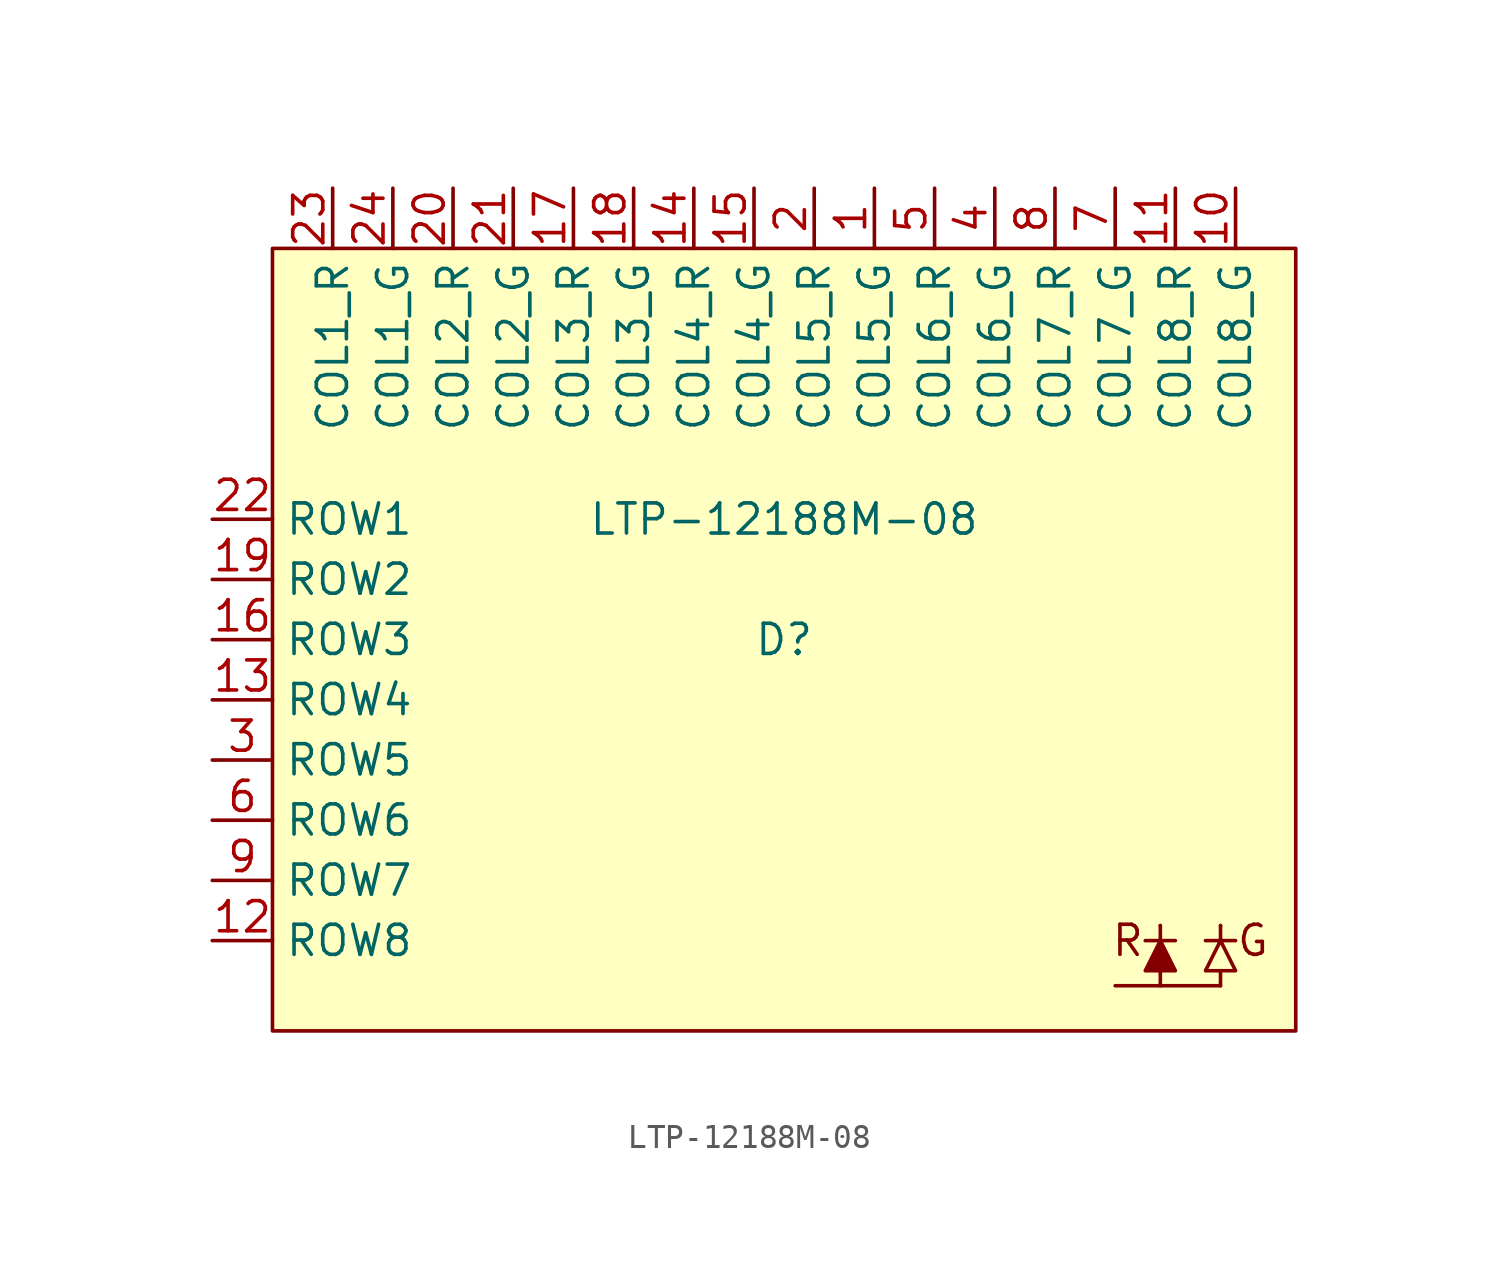
<source format=kicad_sym>
(kicad_symbol_lib
  (version 20241209)
  (generator "kicad_symbol_editor")
  (generator_version "9.0")
  (symbol "LTP-12188M-08"
    (property "Reference" "D"
      (at 0 0 0)
      (effects (font (size 1.27 1.27))))
    (property "Value" "LTP-12188M-08"
      (at 0 5.08 0)
      (effects (font (size 1.27 1.27))))
    (symbol "LTP-12188M-08_0_1"
      (polyline (pts (xy 15.875 -12.065) (xy 15.875 -12.065)) (stroke (width 0) (type default)) (fill (type none)))
      (polyline (pts (xy 15.875 -12.065) (xy 15.875 -12.7)) (stroke (width 0) (type default)) (fill (type none)))
      (polyline (pts (xy 15.875 -13.97) (xy 15.875 -14.605)) (stroke (width 0) (type default)) (fill (type none)))
      (polyline (pts (xy 18.415 -12.065) (xy 18.415 -12.065)) (stroke (width 0) (type default)) (fill (type none)))
      (polyline (pts (xy 18.415 -12.065) (xy 18.415 -12.7)) (stroke (width 0) (type default)) (fill (type none)))
      (polyline (pts (xy 18.415 -13.97) (xy 18.415 -14.605)) (stroke (width 0) (type default)) (fill (type none)))
      (polyline (pts (xy 18.415 -14.605) (xy 13.97 -14.605)) (stroke (width 0) (type default)) (fill (type none))))
    (symbol "LTP-12188M-08_1_1"
      (rectangle (start -21.59 16.51) (end 21.59 -16.51) (stroke (width 0) (type solid)) (fill (type background)))
      (polyline (pts (xy 15.24 -12.7) (xy 15.875 -12.7) (xy 16.51 -13.97) (xy 15.24 -13.97) (xy 15.875 -12.7) (xy 16.51 -12.7)) (stroke (width 0) (type solid)) (fill (type outline)))
      (polyline (pts (xy 17.78 -12.7) (xy 18.415 -12.7) (xy 19.05 -13.97) (xy 17.78 -13.97) (xy 18.415 -12.7) (xy 19.05 -12.7)) (stroke (width 0) (type solid)) (fill (type background)))
      (text "R" (at 15.24 -12.7 0) (effects (font (size 1.27 1.27)) (justify right)))
      (text "G" (at 19.05 -12.7 0) (effects (font (size 1.27 1.27)) (justify left)))
      (pin input line (at -24.13 5.08 0) (length 2.54) (name "ROW1" (effects (font (size 1.27 1.27)))) (number "22" (effects (font (size 1.27 1.27)))))
      (pin input line (at -24.13 2.54 0) (length 2.54) (name "ROW2" (effects (font (size 1.27 1.27)))) (number "19" (effects (font (size 1.27 1.27)))))
      (pin input line (at -24.13 0 0) (length 2.54) (name "ROW3" (effects (font (size 1.27 1.27)))) (number "16" (effects (font (size 1.27 1.27)))))
      (pin input line (at -24.13 -2.54 0) (length 2.54) (name "ROW4" (effects (font (size 1.27 1.27)))) (number "13" (effects (font (size 1.27 1.27)))))
      (pin input line (at -24.13 -5.08 0) (length 2.54) (name "ROW5" (effects (font (size 1.27 1.27)))) (number "3" (effects (font (size 1.27 1.27)))))
      (pin input line (at -24.13 -7.62 0) (length 2.54) (name "ROW6" (effects (font (size 1.27 1.27)))) (number "6" (effects (font (size 1.27 1.27)))))
      (pin input line (at -24.13 -10.16 0) (length 2.54) (name "ROW7" (effects (font (size 1.27 1.27)))) (number "9" (effects (font (size 1.27 1.27)))))
      (pin input line (at -24.13 -12.7 0) (length 2.54) (name "ROW8" (effects (font (size 1.27 1.27)))) (number "12" (effects (font (size 1.27 1.27)))))
      (pin input line (at -19.05 19.05 270) (length 2.54) (name "COL1_R" (effects (font (size 1.27 1.27)))) (number "23" (effects (font (size 1.27 1.27)))))
      (pin input line (at -16.51 19.05 270) (length 2.54) (name "COL1_G" (effects (font (size 1.27 1.27)))) (number "24" (effects (font (size 1.27 1.27)))))
      (pin input line (at -13.97 19.05 270) (length 2.54) (name "COL2_R" (effects (font (size 1.27 1.27)))) (number "20" (effects (font (size 1.27 1.27)))))
      (pin input line (at -11.43 19.05 270) (length 2.54) (name "COL2_G" (effects (font (size 1.27 1.27)))) (number "21" (effects (font (size 1.27 1.27)))))
      (pin input line (at -8.89 19.05 270) (length 2.54) (name "COL3_R" (effects (font (size 1.27 1.27)))) (number "17" (effects (font (size 1.27 1.27)))))
      (pin input line (at -6.35 19.05 270) (length 2.54) (name "COL3_G" (effects (font (size 1.27 1.27)))) (number "18" (effects (font (size 1.27 1.27)))))
      (pin input line (at -3.81 19.05 270) (length 2.54) (name "COL4_R" (effects (font (size 1.27 1.27)))) (number "14" (effects (font (size 1.27 1.27)))))
      (pin input line (at -1.27 19.05 270) (length 2.54) (name "COL4_G" (effects (font (size 1.27 1.27)))) (number "15" (effects (font (size 1.27 1.27)))))
      (pin input line (at 1.27 19.05 270) (length 2.54) (name "COL5_R" (effects (font (size 1.27 1.27)))) (number "2" (effects (font (size 1.27 1.27)))))
      (pin input line (at 3.81 19.05 270) (length 2.54) (name "COL5_G" (effects (font (size 1.27 1.27)))) (number "1" (effects (font (size 1.27 1.27)))))
      (pin input line (at 6.35 19.05 270) (length 2.54) (name "COL6_R" (effects (font (size 1.27 1.27)))) (number "5" (effects (font (size 1.27 1.27)))))
      (pin input line (at 8.89 19.05 270) (length 2.54) (name "COL6_G" (effects (font (size 1.27 1.27)))) (number "4" (effects (font (size 1.27 1.27)))))
      (pin input line (at 11.43 19.05 270) (length 2.54) (name "COL7_R" (effects (font (size 1.27 1.27)))) (number "8" (effects (font (size 1.27 1.27)))))
      (pin input line (at 13.97 19.05 270) (length 2.54) (name "COL7_G" (effects (font (size 1.27 1.27)))) (number "7" (effects (font (size 1.27 1.27)))))
      (pin input line (at 16.51 19.05 270) (length 2.54) (name "COL8_R" (effects (font (size 1.27 1.27)))) (number "11" (effects (font (size 1.27 1.27)))))
      (pin input line (at 19.05 19.05 270) (length 2.54) (name "COL8_G" (effects (font (size 1.27 1.27)))) (number "10" (effects (font (size 1.27 1.27))))))))
</source>
